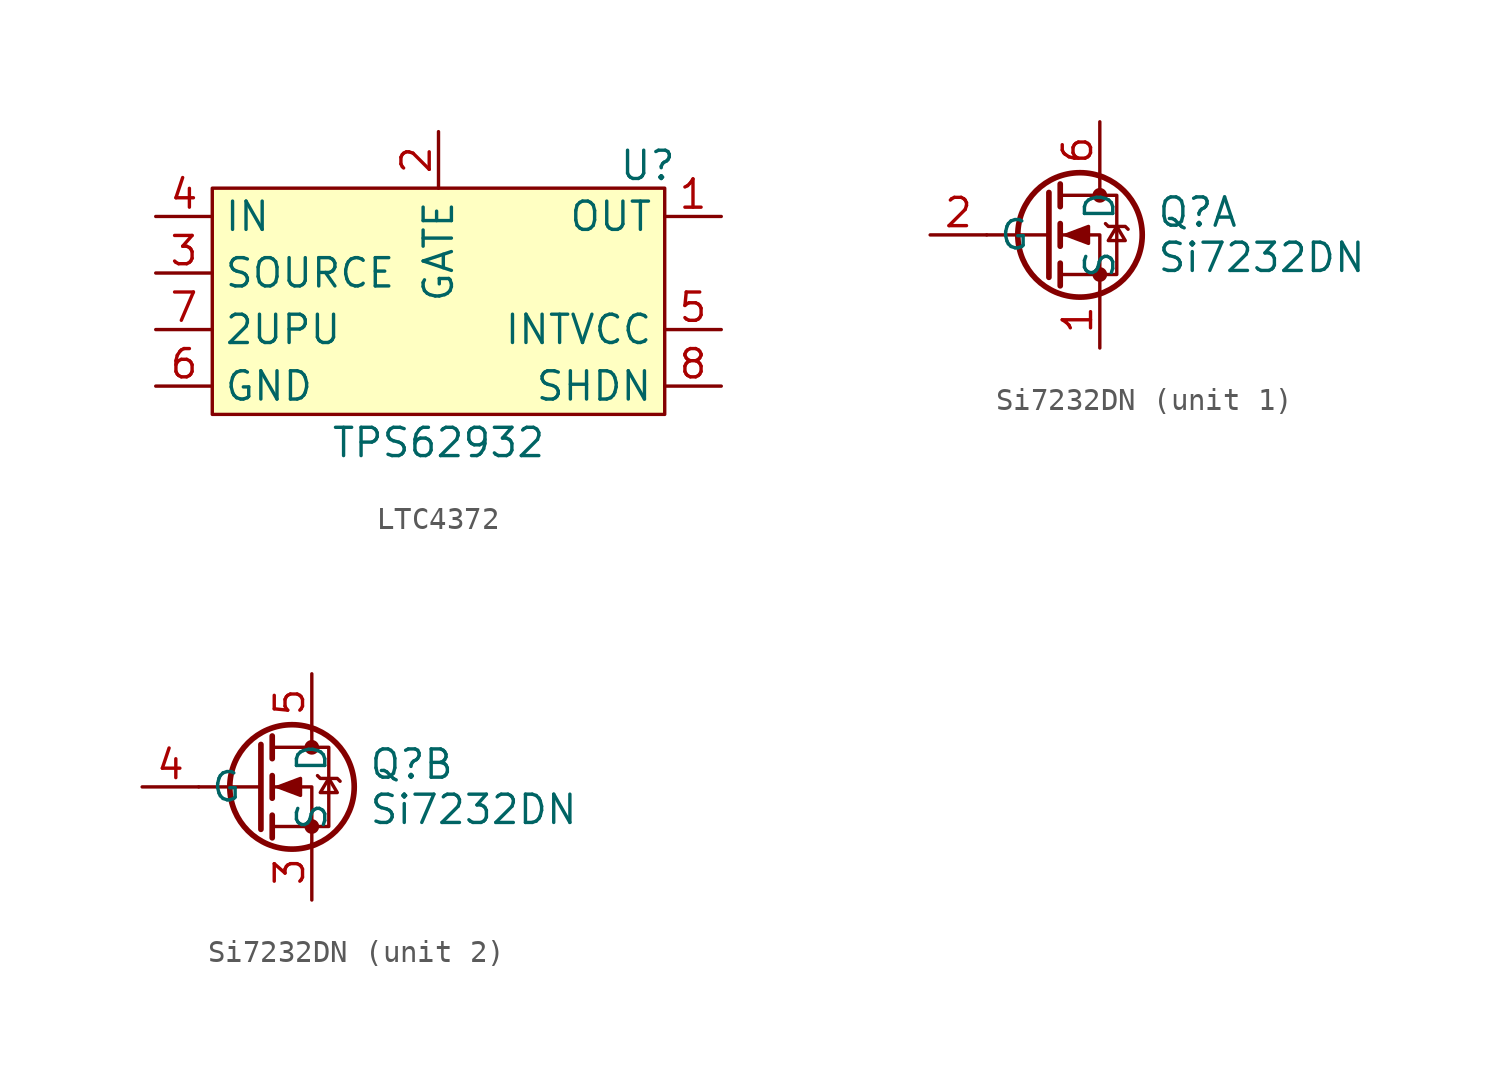
<source format=kicad_sym>
(kicad_symbol_lib
  (version 20241209)
  (generator "kicad_symbol_editor")
  (generator_version "9.0")
  (symbol "LTC4372"
    (property "Reference" "U"
      (at 9.398 6.096 0)
      (effects (font (size 1.27 1.27))))
    (property "Value" "TPS62932"
      (at 0 -6.35 0)
      (effects (font (size 1.27 1.27))))
    (symbol "LTC4372_1_1"
      (rectangle (start -10.16 5.08) (end 10.16 -5.08) (stroke (width 0) (type solid)) (fill (type background)))
      (pin power_in line (at -12.7 3.81 0) (length 2.54) (name "IN" (effects (font (size 1.27 1.27)))) (number "4" (effects (font (size 1.27 1.27)))))
      (pin input line (at -12.7 1.27 0) (length 2.54) (name "SOURCE" (effects (font (size 1.27 1.27)))) (number "3" (effects (font (size 1.27 1.27)))))
      (pin output line (at -12.7 -1.27 0) (length 2.54) (name "2UPU" (effects (font (size 1.27 1.27)))) (number "7" (effects (font (size 1.27 1.27)))))
      (pin power_in line (at -12.7 -3.81 0) (length 2.54) (name "GND" (effects (font (size 1.27 1.27)))) (number "6" (effects (font (size 1.27 1.27)))))
      (pin output line (at 0 7.62 270) (length 2.54) (name "GATE" (effects (font (size 1.27 1.27)))) (number "2" (effects (font (size 1.27 1.27)))))
      (pin output line (at 12.7 3.81 180) (length 2.54) (name "OUT" (effects (font (size 1.27 1.27)))) (number "1" (effects (font (size 1.27 1.27)))))
      (pin power_out line (at 12.7 -1.27 180) (length 2.54) (name "INTVCC" (effects (font (size 1.27 1.27)))) (number "5" (effects (font (size 1.27 1.27)))))
      (pin input line (at 12.7 -3.81 180) (length 2.54) (name "SHDN" (effects (font (size 1.27 1.27)))) (number "8" (effects (font (size 1.27 1.27)))))))
  (symbol "Si7232DN"
    (property "Reference" "Q"
      (at 2.54 1.016 0)
      (effects (font (size 1.27 1.27)) (justify left)))
    (property "Value" "Si7232DN"
      (at 2.54 -1.016 0)
      (effects (font (size 1.27 1.27)) (justify left)))
    (property "ki_locked" ""
      (at 0 0 0)
      (effects (font (size 1.27 1.27))))
    (symbol "Si7232DN_0_1"
      (polyline (pts (xy -2.286 1.905) (xy -2.286 -1.905)) (stroke (width 0.254) (type default)) (fill (type none)))
      (polyline (pts (xy -2.286 0) (xy -5.08 0)) (stroke (width 0) (type default)) (fill (type none)))
      (polyline (pts (xy -1.778 2.286) (xy -1.778 1.27)) (stroke (width 0.254) (type default)) (fill (type none)))
      (polyline (pts (xy -1.778 0.508) (xy -1.778 -0.508)) (stroke (width 0.254) (type default)) (fill (type none)))
      (polyline (pts (xy -1.778 -1.27) (xy -1.778 -2.286)) (stroke (width 0.254) (type default)) (fill (type none)))
      (polyline (pts (xy -1.778 -1.778) (xy 0.762 -1.778) (xy 0.762 1.778) (xy -1.778 1.778)) (stroke (width 0) (type default)) (fill (type none)))
      (polyline (pts (xy -1.524 0) (xy -0.508 0.381) (xy -0.508 -0.381) (xy -1.524 0)) (stroke (width 0) (type default)) (fill (type outline)))
      (circle (center -0.889 0) (radius 2.794) (stroke (width 0.254) (type default)) (fill (type none)))
      (polyline (pts (xy 0 2.54) (xy 0 1.778)) (stroke (width 0) (type default)) (fill (type none)))
      (circle (center 0 1.778) (radius 0.254) (stroke (width 0) (type default)) (fill (type outline)))
      (circle (center 0 -1.778) (radius 0.254) (stroke (width 0) (type default)) (fill (type outline)))
      (polyline (pts (xy 0 -2.54) (xy 0 0) (xy -1.778 0)) (stroke (width 0) (type default)) (fill (type none)))
      (polyline (pts (xy 0.254 0.508) (xy 0.381 0.381) (xy 1.143 0.381) (xy 1.27 0.254)) (stroke (width 0) (type default)) (fill (type none)))
      (polyline (pts (xy 0.762 0.381) (xy 0.381 -0.254) (xy 1.143 -0.254) (xy 0.762 0.381)) (stroke (width 0) (type default)) (fill (type none))))
    (symbol "Si7232DN_1_1"
      (pin input line (at -7.62 0 0) (length 2.54) (name "G" (effects (font (size 1.27 1.27)))) (number "2" (effects (font (size 1.27 1.27)))))
      (pin passive line (at 0 5.08 270) (length 2.54) (name "D" (effects (font (size 1.27 1.27)))) (number "6" (effects (font (size 1.27 1.27)))))
      (pin passive line (at 0 -5.08 90) (length 2.54) (name "S" (effects (font (size 1.27 1.27)))) (number "1" (effects (font (size 1.27 1.27))))))
    (symbol "Si7232DN_2_1"
      (pin input line (at -7.62 0 0) (length 2.54) (name "G" (effects (font (size 1.27 1.27)))) (number "4" (effects (font (size 1.27 1.27)))))
      (pin passive line (at 0 5.08 270) (length 2.54) (name "D" (effects (font (size 1.27 1.27)))) (number "5" (effects (font (size 1.27 1.27)))))
      (pin passive line (at 0 -5.08 90) (length 2.54) (name "S" (effects (font (size 1.27 1.27)))) (number "3" (effects (font (size 1.27 1.27))))))))
</source>
